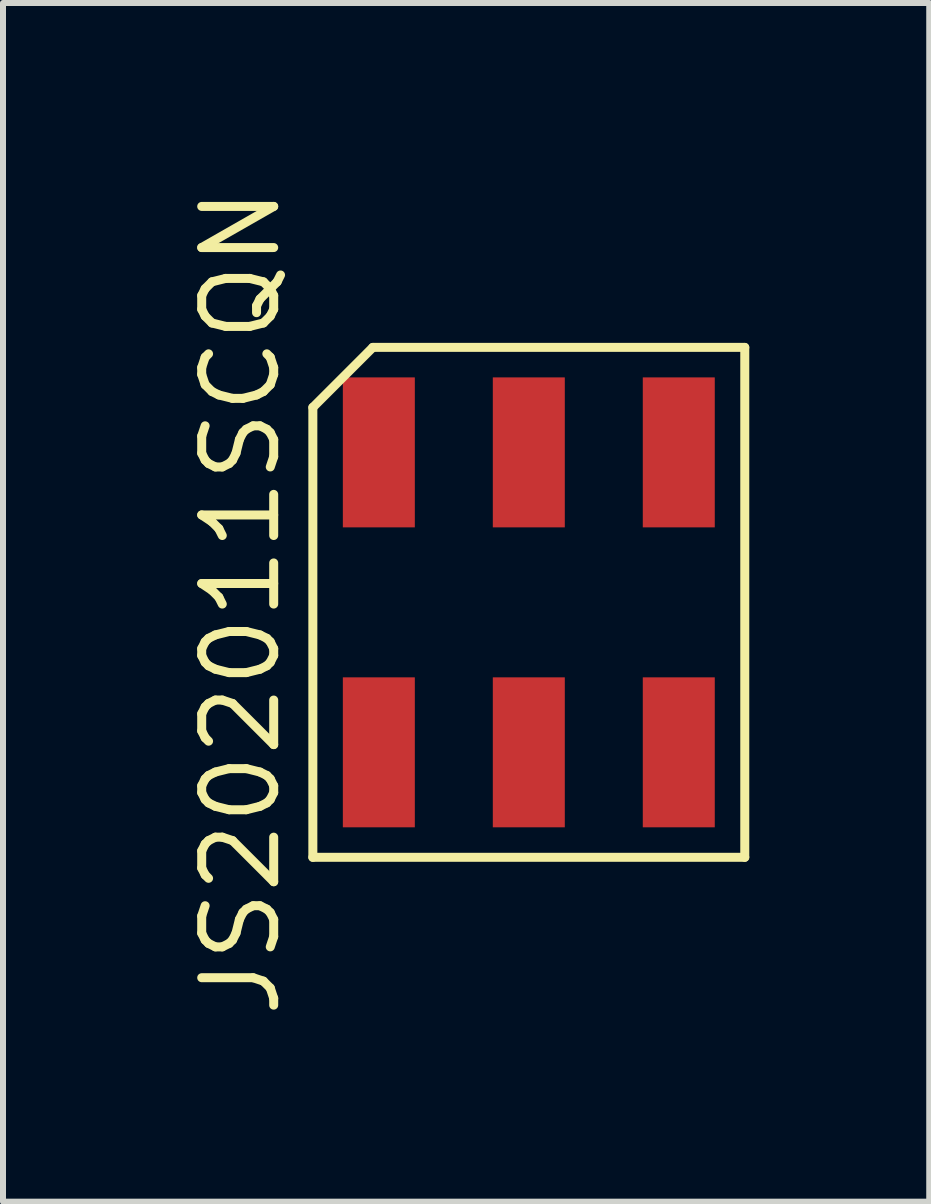
<source format=kicad_pcb>
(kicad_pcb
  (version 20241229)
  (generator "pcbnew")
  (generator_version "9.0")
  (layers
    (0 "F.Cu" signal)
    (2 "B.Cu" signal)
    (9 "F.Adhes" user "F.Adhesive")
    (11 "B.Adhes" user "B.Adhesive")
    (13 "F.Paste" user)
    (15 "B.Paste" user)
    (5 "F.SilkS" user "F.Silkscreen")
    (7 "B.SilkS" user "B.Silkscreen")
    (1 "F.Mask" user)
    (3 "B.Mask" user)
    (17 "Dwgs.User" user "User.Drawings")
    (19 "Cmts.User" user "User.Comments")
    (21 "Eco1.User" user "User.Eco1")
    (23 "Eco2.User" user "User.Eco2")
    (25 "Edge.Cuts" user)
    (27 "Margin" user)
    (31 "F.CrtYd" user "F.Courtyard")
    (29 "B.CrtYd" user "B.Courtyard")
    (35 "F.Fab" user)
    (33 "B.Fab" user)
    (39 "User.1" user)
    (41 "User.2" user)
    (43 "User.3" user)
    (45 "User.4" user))
  (footprint "JS202011SCQN"
    (layer "F.Cu")
    (at 5.765 6.991)
    (property "Reference" "JS202011SCQN" (at -4.8 0 90) (layer "F.SilkS") (effects (font (size 1.2 1.2) (thickness 0.15))))
    (attr through_hole)
    (fp_line (start -3.6 -3.25) (end -3.6 4.25) (stroke (width 0.15) (type solid)) (layer "F.SilkS"))
    (fp_line (start -3.6 4.25) (end 3.6 4.25) (stroke (width 0.15) (type solid)) (layer "F.SilkS"))
    (fp_line (start -2.6 -4.25) (end -3.6 -3.25) (stroke (width 0.15) (type solid)) (layer "F.SilkS"))
    (fp_line (start 3.6 -4.25) (end -2.6 -4.25) (stroke (width 0.15) (type solid)) (layer "F.SilkS"))
    (fp_line (start 3.6 4.25) (end 3.6 -4.25) (stroke (width 0.15) (type solid)) (layer "F.SilkS"))
    (pad "1" smd rect (at -2.5 2.5) (size 1.2 2.5) (layers "F.Cu" "F.Mask" "F.Paste"))
    (pad "2" smd rect (at 0 2.5) (size 1.2 2.5) (layers "F.Cu" "F.Mask" "F.Paste"))
    (pad "3" smd rect (at 2.5 2.5) (size 1.2 2.5) (layers "F.Cu" "F.Mask" "F.Paste"))
    (pad "4" smd rect (at 2.5 -2.5) (size 1.2 2.5) (layers "F.Cu" "F.Mask" "F.Paste"))
    (pad "5" smd rect (at 0 -2.5) (size 1.2 2.5) (layers "F.Cu" "F.Mask" "F.Paste"))
    (pad "6" smd rect (at -2.5 -2.5) (size 1.2 2.5) (layers "F.Cu" "F.Mask" "F.Paste")))
  (gr_rect
    (start -3 -3)
    (end 12.44 16.981)
    (stroke (width 0.1) (type default))
    (fill no)
    (layer "Edge.Cuts")))
</source>
